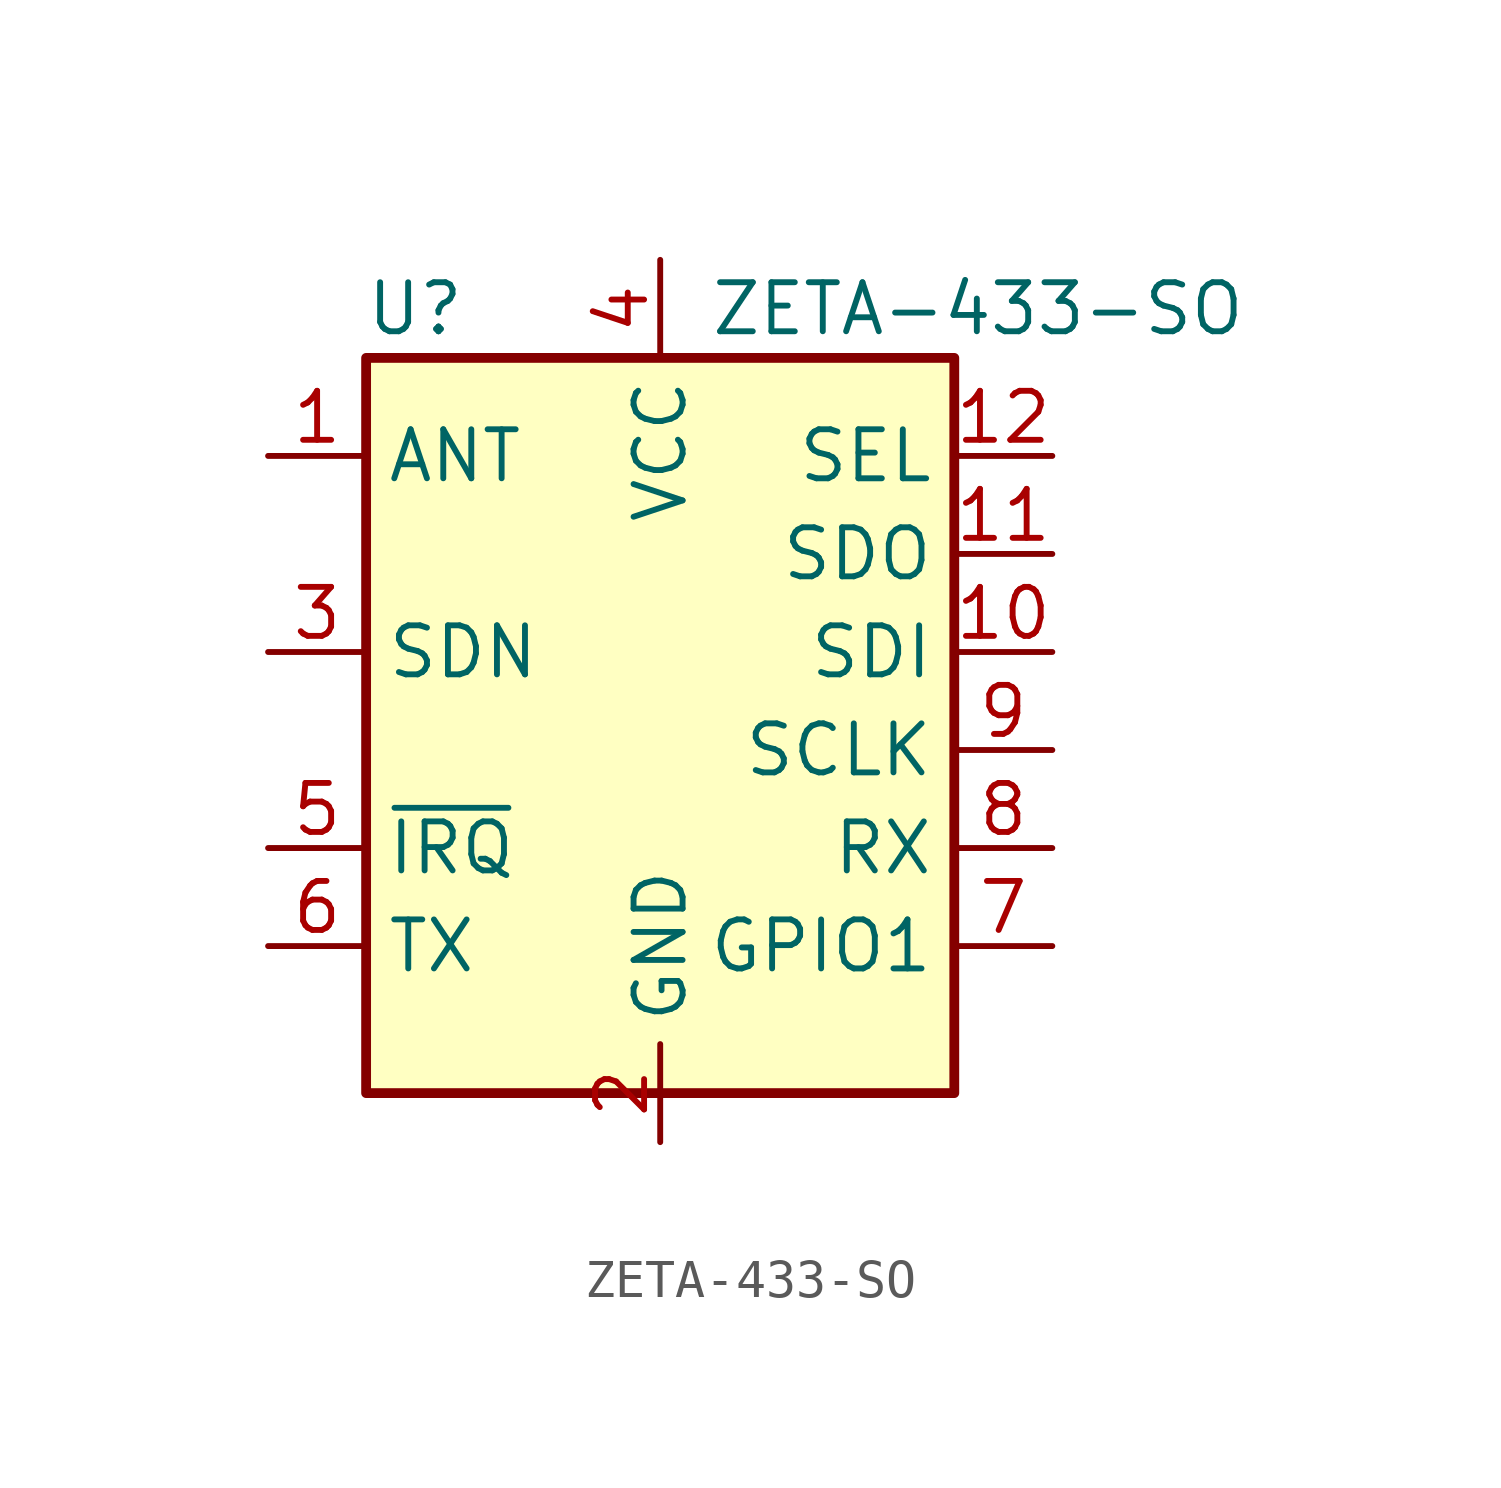
<source format=kicad_sym>
(kicad_symbol_lib
  (version 20220914)
  (generator kicad_symbol_editor)
  (symbol "ZETA-433-SO"
    (property "Reference" "U"
      (at -6.35 8.89 0)
      (effects (font (size 1.27 1.27))))
    (property "Value" "ZETA-433-SO"
      (at 1.27 8.89 0)
      (effects (font (size 1.27 1.27)) (justify left)))
    (symbol "ZETA-433-SO_0_1"
      (rectangle (start -7.62 7.62) (end 7.62 -11.43) (stroke (width 0.254) (type default)) (fill (type background))))
    (symbol "ZETA-433-SO_1_1"
      (pin bidirectional line (at -10.16 5.08 0) (length 2.54) (name "ANT" (effects (font (size 1.27 1.27)))) (number "1" (effects (font (size 1.27 1.27)))))
      (pin input line (at 10.16 0 180) (length 2.54) (name "SDI" (effects (font (size 1.27 1.27)))) (number "10" (effects (font (size 1.27 1.27)))))
      (pin output line (at 10.16 2.54 180) (length 2.54) (name "SDO" (effects (font (size 1.27 1.27)))) (number "11" (effects (font (size 1.27 1.27)))))
      (pin input line (at 10.16 5.08 180) (length 2.54) (name "SEL" (effects (font (size 1.27 1.27)))) (number "12" (effects (font (size 1.27 1.27)))))
      (pin power_in line (at 0 -12.7 90) (length 2.54) (name "GND" (effects (font (size 1.27 1.27)))) (number "2" (effects (font (size 1.27 1.27)))))
      (pin input line (at -10.16 0 0) (length 2.54) (name "SDN" (effects (font (size 1.27 1.27)))) (number "3" (effects (font (size 1.27 1.27)))))
      (pin power_in line (at 0 10.16 270) (length 2.54) (name "VCC" (effects (font (size 1.27 1.27)))) (number "4" (effects (font (size 1.27 1.27)))))
      (pin output line (at -10.16 -5.08 0) (length 2.54) (name "~{IRQ}" (effects (font (size 1.27 1.27)))) (number "5" (effects (font (size 1.27 1.27)))))
      (pin output line (at -10.16 -7.62 0) (length 2.54) (name "TX" (effects (font (size 1.27 1.27)))) (number "6" (effects (font (size 1.27 1.27)))))
      (pin bidirectional line (at 10.16 -7.62 180) (length 2.54) (name "GPIO1" (effects (font (size 1.27 1.27)))) (number "7" (effects (font (size 1.27 1.27)))))
      (pin input line (at 10.16 -5.08 180) (length 2.54) (name "RX" (effects (font (size 1.27 1.27)))) (number "8" (effects (font (size 1.27 1.27)))))
      (pin input line (at 10.16 -2.54 180) (length 2.54) (name "SCLK" (effects (font (size 1.27 1.27)))) (number "9" (effects (font (size 1.27 1.27))))))))
</source>
